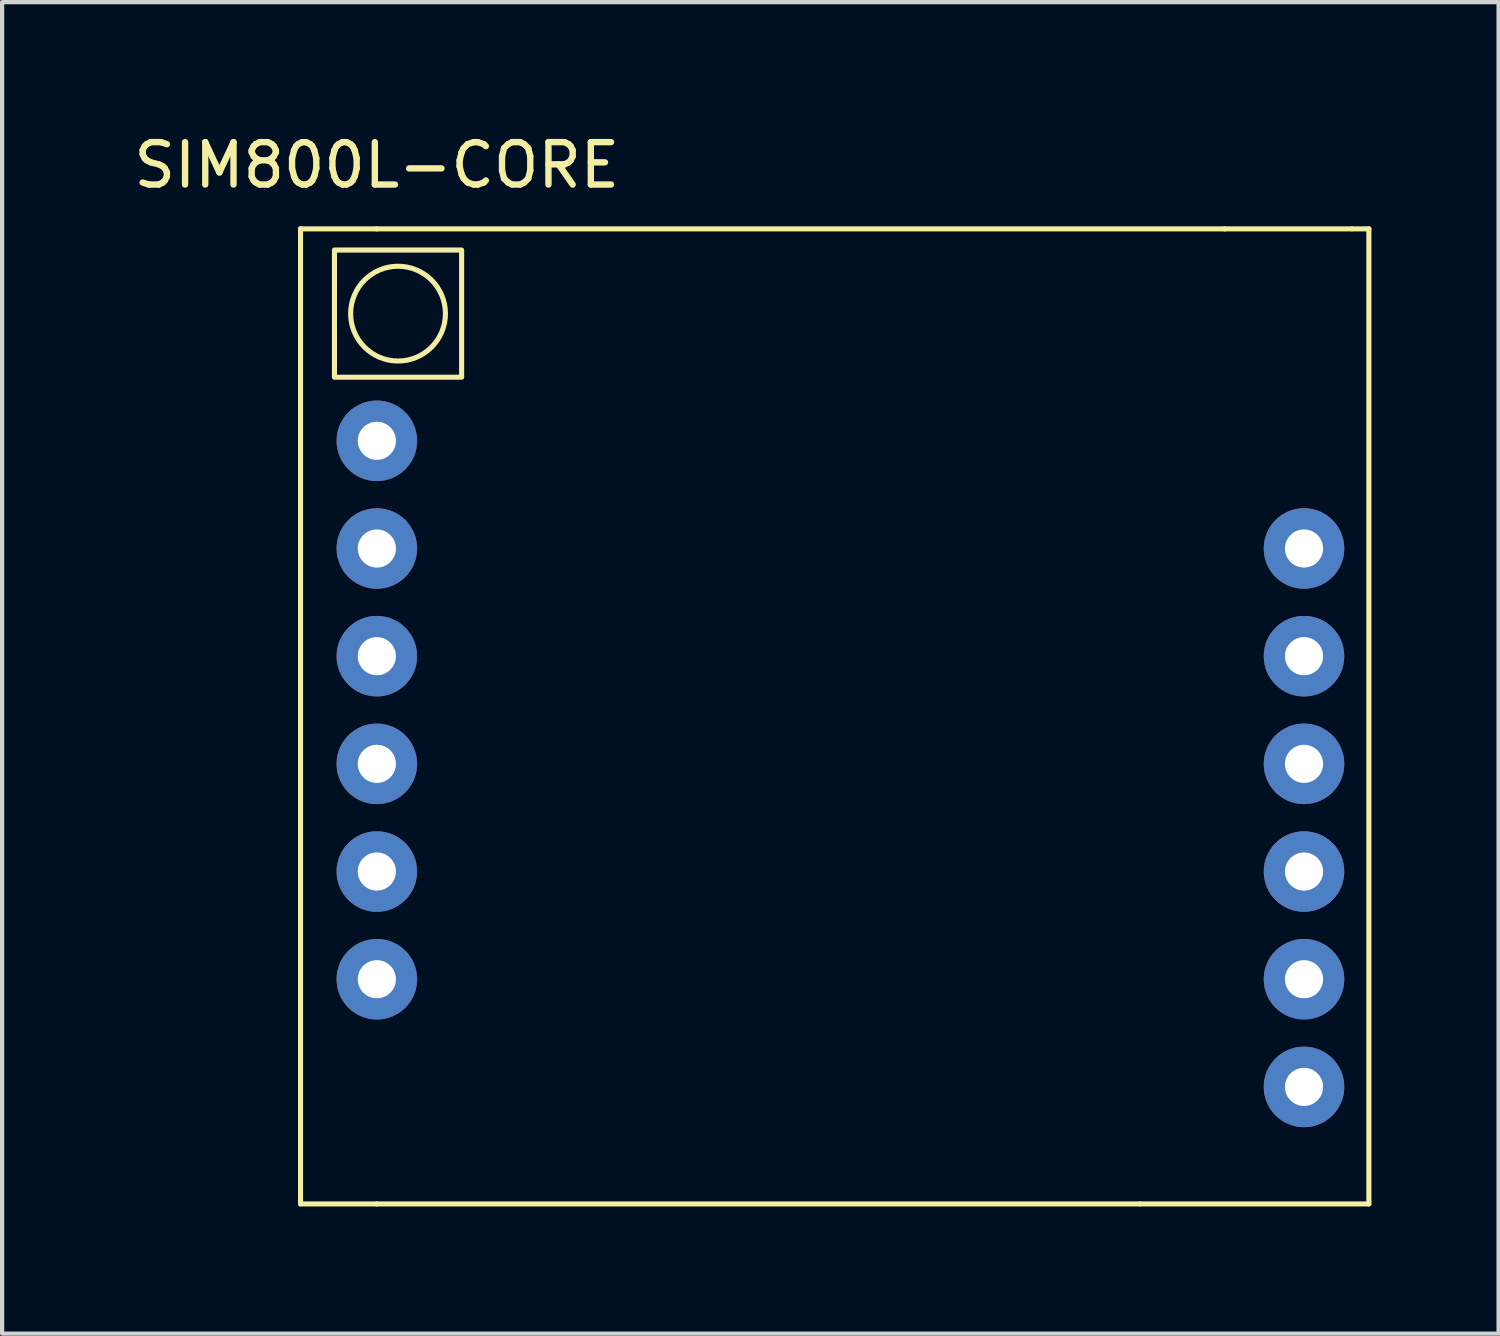
<source format=kicad_pcb>
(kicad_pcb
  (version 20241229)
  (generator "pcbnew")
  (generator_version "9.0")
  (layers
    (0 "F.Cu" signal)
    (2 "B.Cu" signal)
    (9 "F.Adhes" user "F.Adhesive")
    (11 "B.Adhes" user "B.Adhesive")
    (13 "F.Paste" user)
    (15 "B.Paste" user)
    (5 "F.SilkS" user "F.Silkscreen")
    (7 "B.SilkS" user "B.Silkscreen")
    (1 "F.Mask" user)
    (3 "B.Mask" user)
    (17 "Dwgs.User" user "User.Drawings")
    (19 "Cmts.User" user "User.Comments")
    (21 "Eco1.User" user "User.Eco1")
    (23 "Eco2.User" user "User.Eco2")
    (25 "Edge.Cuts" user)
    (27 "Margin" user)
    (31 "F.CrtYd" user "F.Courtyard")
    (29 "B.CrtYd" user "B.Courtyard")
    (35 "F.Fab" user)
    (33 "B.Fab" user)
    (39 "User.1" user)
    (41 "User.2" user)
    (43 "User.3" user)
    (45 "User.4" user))
  (footprint "SIM800L-CORE"
    (layer "F.Cu")
    (at 5.839 7.348)
    (property "Reference" "SIM800L-CORE" (at 0 -6.5 0) (unlocked yes) (layer "F.SilkS") (effects (font (size 1 1) (thickness 0.15))))
    (fp_line (start -1.8 10.8) (end -1.8 -5) (stroke (width 0.12) (type solid)) (layer "F.SilkS"))
    (fp_line (start -1.8 10.8) (end -1.8 18) (stroke (width 0.12) (type solid)) (layer "F.SilkS"))
    (fp_line (start -1.8 18) (end 0 18) (stroke (width 0.12) (type solid)) (layer "F.SilkS"))
    (fp_line (start 0 -5) (end -1.8 -5) (stroke (width 0.12) (type solid)) (layer "F.SilkS"))
    (fp_line (start 0 -5) (end 20 -5) (stroke (width 0.12) (type solid)) (layer "F.SilkS"))
    (fp_line (start 0 18) (end 18 18) (stroke (width 0.12) (type solid)) (layer "F.SilkS"))
    (fp_line (start 18 18) (end 23.4 18) (stroke (width 0.12) (type solid)) (layer "F.SilkS"))
    (fp_line (start 20 -5) (end 23 -5) (stroke (width 0.12) (type solid)) (layer "F.SilkS"))
    (fp_line (start 23.4 -5) (end 23 -5) (stroke (width 0.12) (type solid)) (layer "F.SilkS"))
    (fp_line (start 23.4 18) (end 23.4 -5) (stroke (width 0.12) (type solid)) (layer "F.SilkS"))
    (fp_rect (start -1 -4.5) (end 2 -1.5) (stroke (width 0.12) (type solid)) (fill no) (layer "F.SilkS"))
    (fp_circle (center 0.5 -3) (end 1.5 -2.5) (stroke (width 0.12) (type solid)) (fill no) (layer "F.SilkS"))
    (pad "1" thru_hole circle (at 0 0) (size 1.9 1.9) (drill 0.9) (layers "*.Cu" "*.Mask"))
    (pad "2" thru_hole circle (at 0 2.54) (size 1.9 1.9) (drill 0.9) (layers "*.Cu" "*.Mask"))
    (pad "3" thru_hole circle (at 0 5.08) (size 1.9 1.9) (drill 0.9) (layers "*.Cu" "*.Mask"))
    (pad "4" thru_hole circle (at 0 7.62) (size 1.9 1.9) (drill 0.9) (layers "*.Cu" "*.Mask"))
    (pad "5" thru_hole circle (at 0 10.16) (size 1.9 1.9) (drill 0.9) (layers "*.Cu" "*.Mask"))
    (pad "6" thru_hole circle (at 0 12.7) (size 1.9 1.9) (drill 0.9) (layers "*.Cu" "*.Mask"))
    (pad "7" thru_hole circle (at 21.87 15.24) (size 1.9 1.9) (drill 0.9) (layers "*.Cu" "*.Mask"))
    (pad "8" thru_hole circle (at 21.87 12.7) (size 1.9 1.9) (drill 0.9) (layers "*.Cu" "*.Mask"))
    (pad "9" thru_hole circle (at 21.87 10.16) (size 1.9 1.9) (drill 0.9) (layers "*.Cu" "*.Mask"))
    (pad "10" thru_hole circle (at 21.87 7.62) (size 1.9 1.9) (drill 0.9) (layers "*.Cu" "*.Mask"))
    (pad "11" thru_hole circle (at 21.87 5.08) (size 1.9 1.9) (drill 0.9) (layers "*.Cu" "*.Mask"))
    (pad "12" thru_hole circle (at 21.87 2.54) (size 1.9 1.9) (drill 0.9) (layers "*.Cu" "*.Mask")))
  (gr_rect
    (start -3 -3)
    (end 32.299 28.408)
    (stroke (width 0.1) (type default))
    (fill no)
    (layer "Edge.Cuts")))
</source>
